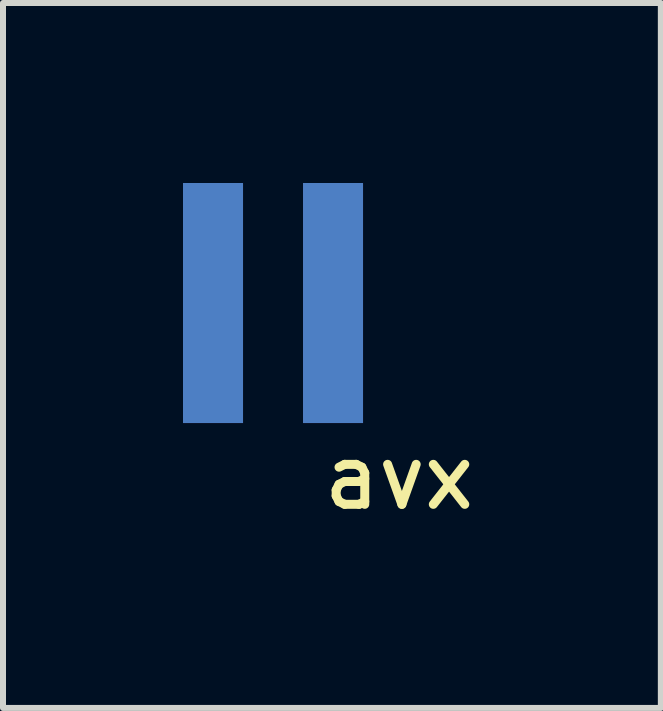
<source format=kicad_pcb>
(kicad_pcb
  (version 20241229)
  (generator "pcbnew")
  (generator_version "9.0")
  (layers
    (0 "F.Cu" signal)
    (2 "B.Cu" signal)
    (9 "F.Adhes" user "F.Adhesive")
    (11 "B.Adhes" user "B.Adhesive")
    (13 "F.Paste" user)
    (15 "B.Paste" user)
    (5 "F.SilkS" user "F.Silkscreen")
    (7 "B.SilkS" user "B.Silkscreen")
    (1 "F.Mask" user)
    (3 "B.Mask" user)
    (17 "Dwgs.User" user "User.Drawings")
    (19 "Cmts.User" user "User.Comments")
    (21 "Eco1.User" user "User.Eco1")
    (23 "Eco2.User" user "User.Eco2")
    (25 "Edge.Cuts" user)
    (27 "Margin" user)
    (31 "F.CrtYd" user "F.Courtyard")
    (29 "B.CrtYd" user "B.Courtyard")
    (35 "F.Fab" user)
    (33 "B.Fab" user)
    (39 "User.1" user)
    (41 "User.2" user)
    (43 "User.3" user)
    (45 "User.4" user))
  (footprint "avx"
    (layer "F.Cu")
    (at 1.5 2)
    (property "Reference" "avx" (at 2.1 2.9 0) (layer "F.SilkS") (effects (font (size 1 1) (thickness 0.15))))
    (attr through_hole)
    (pad "1" smd rect (at -1 0) (size 1 4) (layers "F.Cu" "F.Mask" "F.Paste"))
    (pad "2" smd rect (at 1 0) (size 1 4) (layers "F.Cu" "F.Mask" "F.Paste"))
    (pad "3" smd rect (at -1 0) (size 1 4) (layers "F.Mask" "B.Cu" "F.Paste"))
    (pad "4" smd rect (at 1 0) (size 1 4) (layers "F.Mask" "B.Cu" "F.Paste")))
  (gr_rect
    (start -3 -3)
    (end 7.963 8.748)
    (stroke (width 0.1) (type default))
    (fill no)
    (layer "Edge.Cuts")))
</source>
